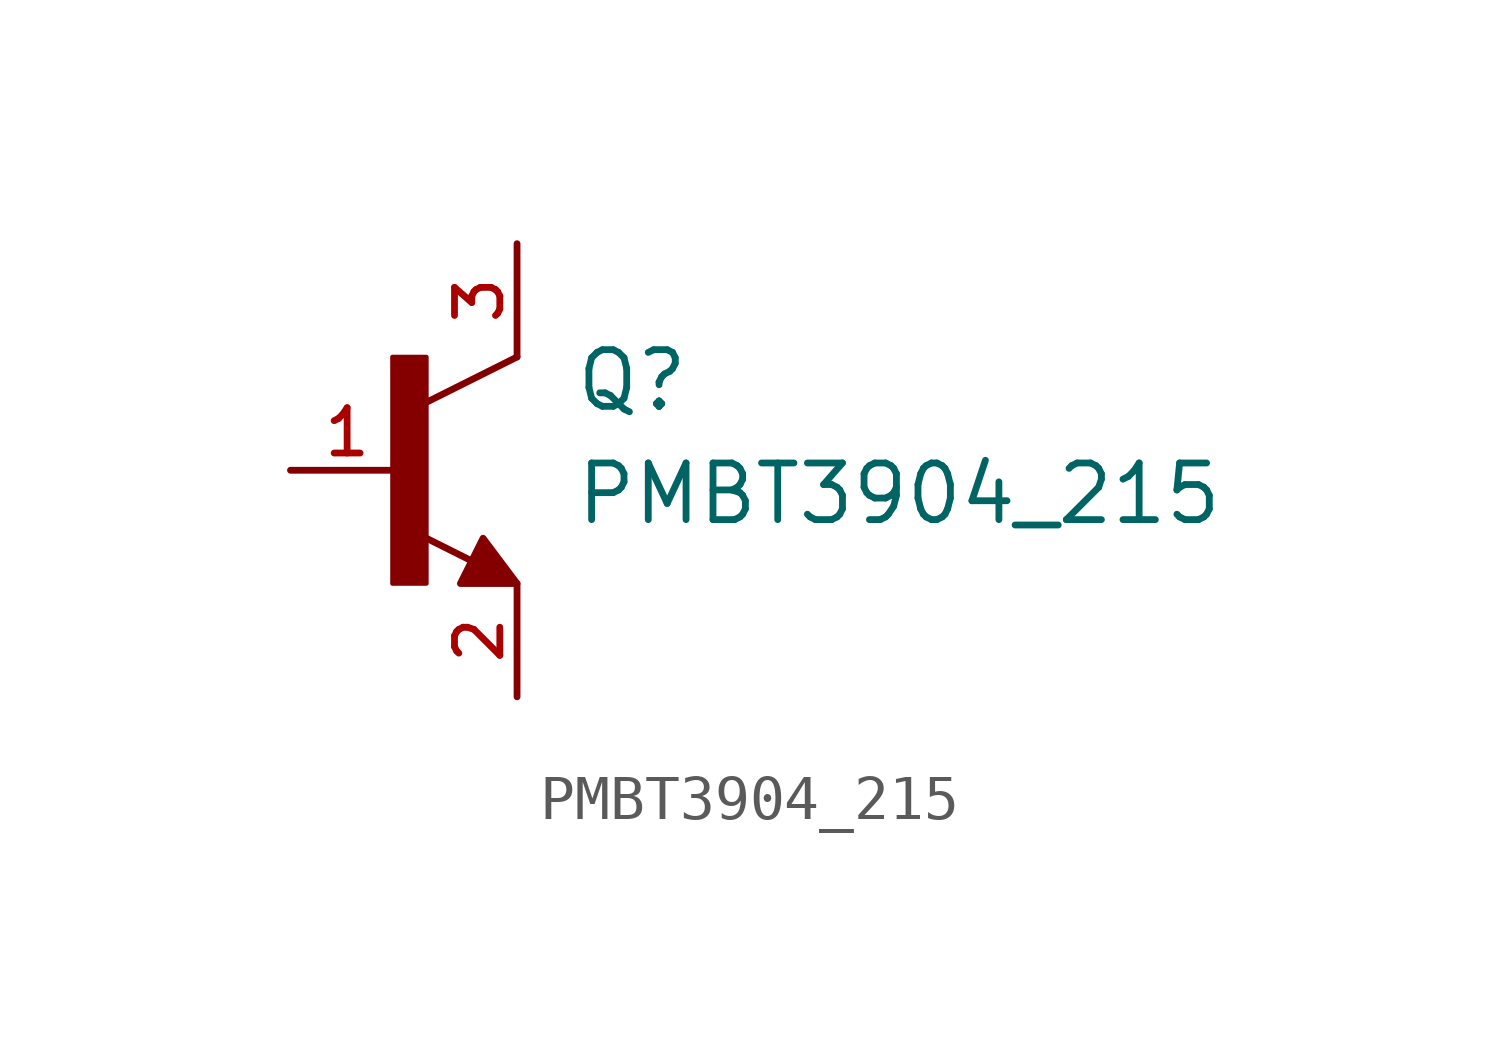
<source format=kicad_sym>
(kicad_symbol_lib
  (version 20211014)
  (generator kicad_symbol_editor)
  (symbol "PMBT3904_215"
    (pin_names
      (offset 1.016))
    (property "Reference" "Q"
      (at 3.81 1.27 0)
      (effects (font (size 1.27 1.27)) (justify bottom left)))
    (property "Value" "PMBT3904_215"
      (at 3.81 -1.27 0)
      (effects (font (size 1.27 1.27)) (justify bottom left)))
    (symbol "PMBT3904_215_0_0"
      (polyline (pts (xy 2.54 2.54) (xy 0.508 1.524)) (stroke (width 0.152)))
      (polyline (pts (xy 1.54 -2.04) (xy 0.308 -1.424)) (stroke (width 0.152)))
      (rectangle (start -0.254 -2.54) (end 0.508 2.54) (stroke (width 0.1)) (fill (type outline)))
      (polyline (pts (xy 1.27 -2.54) (xy 1.778 -1.524) (xy 2.54 -2.54) (xy 1.27 -2.54)) (stroke (width 0.152)) (fill (type outline)))
      (pin passive line (at -2.54 0.0 0) (length 2.54) (name "~" (effects (font (size 1.016 1.016)))) (number "1" (effects (font (size 1.016 1.016)))))
      (pin passive line (at 2.54 -5.08 90.0) (length 2.54) (name "~" (effects (font (size 1.016 1.016)))) (number "2" (effects (font (size 1.016 1.016)))))
      (pin passive line (at 2.54 5.08 270.0) (length 2.54) (name "~" (effects (font (size 1.016 1.016)))) (number "3" (effects (font (size 1.016 1.016))))))))
</source>
